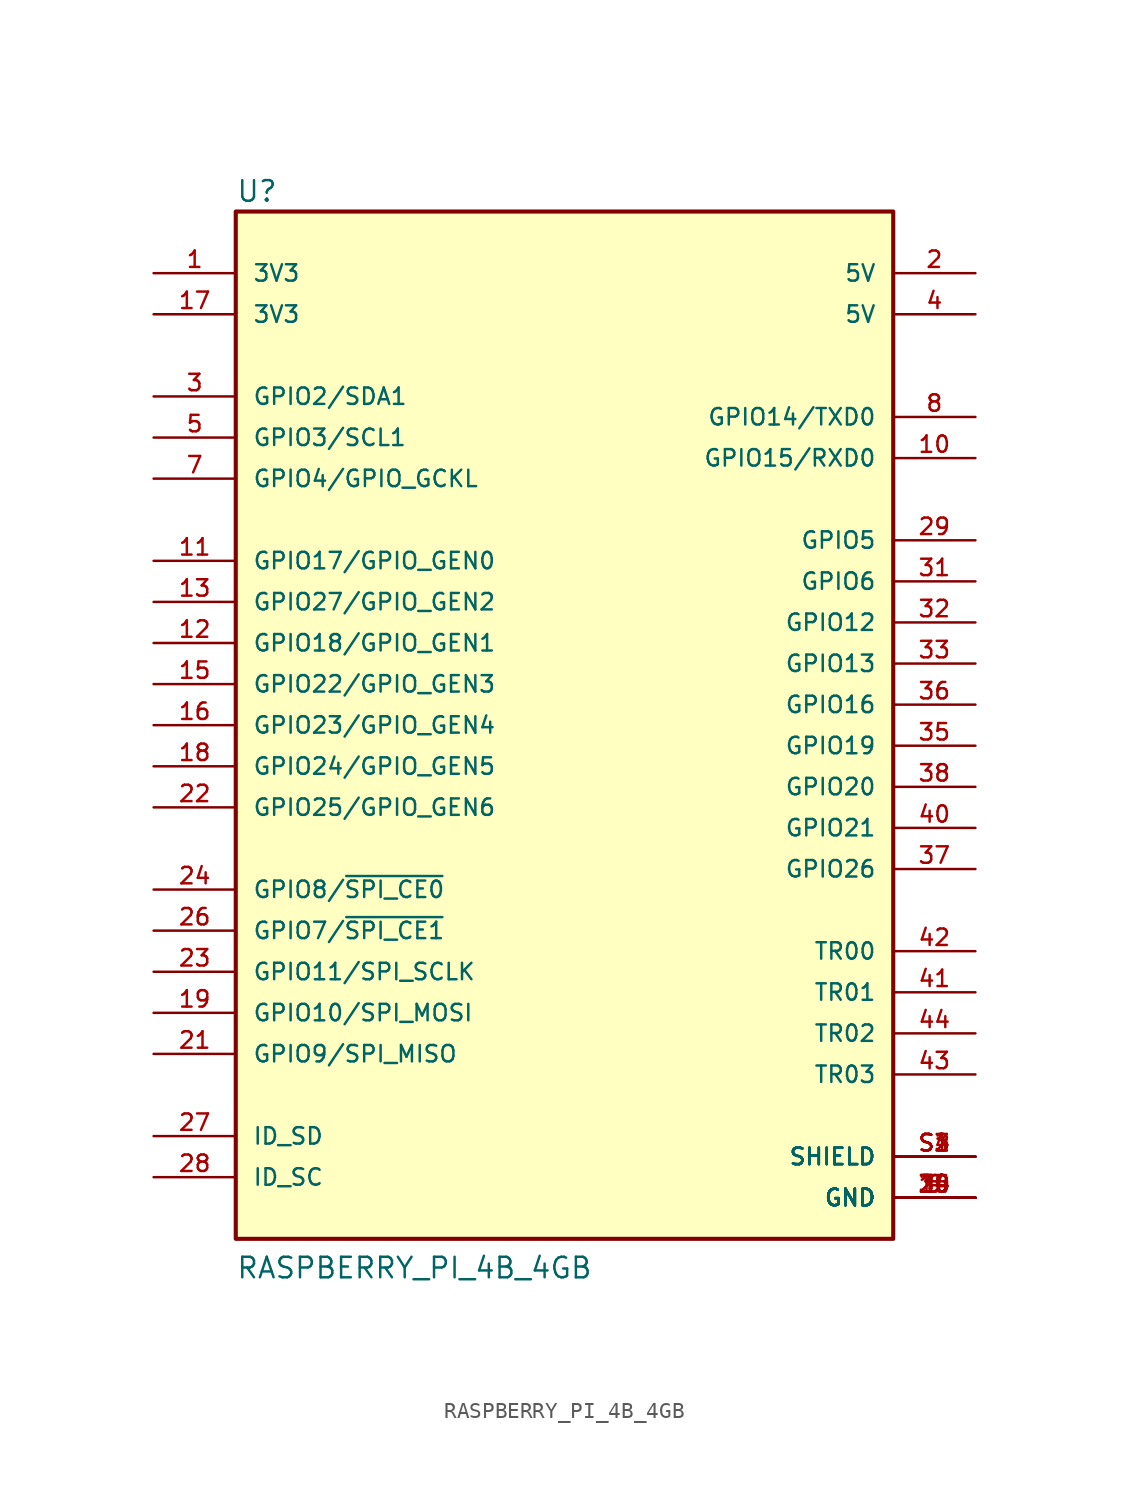
<source format=kicad_sym>
(kicad_symbol_lib
  (version 20231120)
  (generator "kicad_symbol_editor")
  (generator_version "8.0")
  (symbol "RASPBERRY_PI_4B_4GB"
    (pin_names
      (offset 1.016))
    (property "Reference" "U"
      (at -20.32 33.528 0)
      (effects (font (size 1.27 1.27)) (justify left bottom)))
    (property "Value" "RASPBERRY_PI_4B_4GB"
      (at -20.32 -33.02 0)
      (effects (font (size 1.27 1.27)) (justify left bottom)))
    (symbol "RASPBERRY_PI_4B_4GB_0_0"
      (rectangle (start -20.32 33.02) (end 20.32 -30.48) (stroke (width 0.254) (type default)) (fill (type background)))
      (pin power_in line (at -25.4 29.21 0) (length 5.08) (name "3V3" (effects (font (size 1.016 1.016)))) (number "1" (effects (font (size 1.016 1.016)))))
      (pin bidirectional line (at 25.4 17.78 180) (length 5.08) (name "GPIO15/RXD0" (effects (font (size 1.016 1.016)))) (number "10" (effects (font (size 1.016 1.016)))))
      (pin bidirectional line (at -25.4 11.43 0) (length 5.08) (name "GPIO17/GPIO_GEN0" (effects (font (size 1.016 1.016)))) (number "11" (effects (font (size 1.016 1.016)))))
      (pin bidirectional line (at -25.4 6.35 0) (length 5.08) (name "GPIO18/GPIO_GEN1" (effects (font (size 1.016 1.016)))) (number "12" (effects (font (size 1.016 1.016)))))
      (pin bidirectional line (at -25.4 8.89 0) (length 5.08) (name "GPIO27/GPIO_GEN2" (effects (font (size 1.016 1.016)))) (number "13" (effects (font (size 1.016 1.016)))))
      (pin power_in line (at 25.4 -27.94 180) (length 5.08) (name "GND" (effects (font (size 1.016 1.016)))) (number "14" (effects (font (size 1.016 1.016)))))
      (pin bidirectional line (at -25.4 3.81 0) (length 5.08) (name "GPIO22/GPIO_GEN3" (effects (font (size 1.016 1.016)))) (number "15" (effects (font (size 1.016 1.016)))))
      (pin bidirectional line (at -25.4 1.27 0) (length 5.08) (name "GPIO23/GPIO_GEN4" (effects (font (size 1.016 1.016)))) (number "16" (effects (font (size 1.016 1.016)))))
      (pin power_in line (at -25.4 26.67 0) (length 5.08) (name "3V3" (effects (font (size 1.016 1.016)))) (number "17" (effects (font (size 1.016 1.016)))))
      (pin bidirectional line (at -25.4 -1.27 0) (length 5.08) (name "GPIO24/GPIO_GEN5" (effects (font (size 1.016 1.016)))) (number "18" (effects (font (size 1.016 1.016)))))
      (pin bidirectional line (at -25.4 -16.51 0) (length 5.08) (name "GPIO10/SPI_MOSI" (effects (font (size 1.016 1.016)))) (number "19" (effects (font (size 1.016 1.016)))))
      (pin power_in line (at 25.4 29.21 180) (length 5.08) (name "5V" (effects (font (size 1.016 1.016)))) (number "2" (effects (font (size 1.016 1.016)))))
      (pin power_in line (at 25.4 -27.94 180) (length 5.08) (name "GND" (effects (font (size 1.016 1.016)))) (number "20" (effects (font (size 1.016 1.016)))))
      (pin bidirectional line (at -25.4 -19.05 0) (length 5.08) (name "GPIO9/SPI_MISO" (effects (font (size 1.016 1.016)))) (number "21" (effects (font (size 1.016 1.016)))))
      (pin bidirectional line (at -25.4 -3.81 0) (length 5.08) (name "GPIO25/GPIO_GEN6" (effects (font (size 1.016 1.016)))) (number "22" (effects (font (size 1.016 1.016)))))
      (pin bidirectional line (at -25.4 -13.97 0) (length 5.08) (name "GPIO11/SPI_SCLK" (effects (font (size 1.016 1.016)))) (number "23" (effects (font (size 1.016 1.016)))))
      (pin bidirectional line (at -25.4 -8.89 0) (length 5.08) (name "GPIO8/~{SPI_CE0}" (effects (font (size 1.016 1.016)))) (number "24" (effects (font (size 1.016 1.016)))))
      (pin power_in line (at 25.4 -27.94 180) (length 5.08) (name "GND" (effects (font (size 1.016 1.016)))) (number "25" (effects (font (size 1.016 1.016)))))
      (pin bidirectional line (at -25.4 -11.43 0) (length 5.08) (name "GPIO7/~{SPI_CE1}" (effects (font (size 1.016 1.016)))) (number "26" (effects (font (size 1.016 1.016)))))
      (pin bidirectional line (at -25.4 -24.13 0) (length 5.08) (name "ID_SD" (effects (font (size 1.016 1.016)))) (number "27" (effects (font (size 1.016 1.016)))))
      (pin bidirectional line (at -25.4 -26.67 0) (length 5.08) (name "ID_SC" (effects (font (size 1.016 1.016)))) (number "28" (effects (font (size 1.016 1.016)))))
      (pin bidirectional line (at 25.4 12.7 180) (length 5.08) (name "GPIO5" (effects (font (size 1.016 1.016)))) (number "29" (effects (font (size 1.016 1.016)))))
      (pin bidirectional line (at -25.4 21.59 0) (length 5.08) (name "GPIO2/SDA1" (effects (font (size 1.016 1.016)))) (number "3" (effects (font (size 1.016 1.016)))))
      (pin power_in line (at 25.4 -27.94 180) (length 5.08) (name "GND" (effects (font (size 1.016 1.016)))) (number "30" (effects (font (size 1.016 1.016)))))
      (pin bidirectional line (at 25.4 10.16 180) (length 5.08) (name "GPIO6" (effects (font (size 1.016 1.016)))) (number "31" (effects (font (size 1.016 1.016)))))
      (pin bidirectional line (at 25.4 7.62 180) (length 5.08) (name "GPIO12" (effects (font (size 1.016 1.016)))) (number "32" (effects (font (size 1.016 1.016)))))
      (pin bidirectional line (at 25.4 5.08 180) (length 5.08) (name "GPIO13" (effects (font (size 1.016 1.016)))) (number "33" (effects (font (size 1.016 1.016)))))
      (pin power_in line (at 25.4 -27.94 180) (length 5.08) (name "GND" (effects (font (size 1.016 1.016)))) (number "34" (effects (font (size 1.016 1.016)))))
      (pin bidirectional line (at 25.4 0 180) (length 5.08) (name "GPIO19" (effects (font (size 1.016 1.016)))) (number "35" (effects (font (size 1.016 1.016)))))
      (pin bidirectional line (at 25.4 2.54 180) (length 5.08) (name "GPIO16" (effects (font (size 1.016 1.016)))) (number "36" (effects (font (size 1.016 1.016)))))
      (pin bidirectional line (at 25.4 -7.62 180) (length 5.08) (name "GPIO26" (effects (font (size 1.016 1.016)))) (number "37" (effects (font (size 1.016 1.016)))))
      (pin bidirectional line (at 25.4 -2.54 180) (length 5.08) (name "GPIO20" (effects (font (size 1.016 1.016)))) (number "38" (effects (font (size 1.016 1.016)))))
      (pin power_in line (at 25.4 -27.94 180) (length 5.08) (name "GND" (effects (font (size 1.016 1.016)))) (number "39" (effects (font (size 1.016 1.016)))))
      (pin power_in line (at 25.4 26.67 180) (length 5.08) (name "5V" (effects (font (size 1.016 1.016)))) (number "4" (effects (font (size 1.016 1.016)))))
      (pin bidirectional line (at 25.4 -5.08 180) (length 5.08) (name "GPIO21" (effects (font (size 1.016 1.016)))) (number "40" (effects (font (size 1.016 1.016)))))
      (pin bidirectional line (at 25.4 -15.24 180) (length 5.08) (name "TR01" (effects (font (size 1.016 1.016)))) (number "41" (effects (font (size 1.016 1.016)))))
      (pin bidirectional line (at 25.4 -12.7 180) (length 5.08) (name "TR00" (effects (font (size 1.016 1.016)))) (number "42" (effects (font (size 1.016 1.016)))))
      (pin bidirectional line (at 25.4 -20.32 180) (length 5.08) (name "TR03" (effects (font (size 1.016 1.016)))) (number "43" (effects (font (size 1.016 1.016)))))
      (pin bidirectional line (at 25.4 -17.78 180) (length 5.08) (name "TR02" (effects (font (size 1.016 1.016)))) (number "44" (effects (font (size 1.016 1.016)))))
      (pin bidirectional line (at -25.4 19.05 0) (length 5.08) (name "GPIO3/SCL1" (effects (font (size 1.016 1.016)))) (number "5" (effects (font (size 1.016 1.016)))))
      (pin power_in line (at 25.4 -27.94 180) (length 5.08) (name "GND" (effects (font (size 1.016 1.016)))) (number "6" (effects (font (size 1.016 1.016)))))
      (pin bidirectional line (at -25.4 16.51 0) (length 5.08) (name "GPIO4/GPIO_GCKL" (effects (font (size 1.016 1.016)))) (number "7" (effects (font (size 1.016 1.016)))))
      (pin bidirectional line (at 25.4 20.32 180) (length 5.08) (name "GPIO14/TXD0" (effects (font (size 1.016 1.016)))) (number "8" (effects (font (size 1.016 1.016)))))
      (pin power_in line (at 25.4 -27.94 180) (length 5.08) (name "GND" (effects (font (size 1.016 1.016)))) (number "9" (effects (font (size 1.016 1.016)))))
      (pin power_in line (at 25.4 -25.4 180) (length 5.08) (name "SHIELD" (effects (font (size 1.016 1.016)))) (number "S1" (effects (font (size 1.016 1.016)))))
      (pin power_in line (at 25.4 -25.4 180) (length 5.08) (name "SHIELD" (effects (font (size 1.016 1.016)))) (number "S2" (effects (font (size 1.016 1.016)))))
      (pin power_in line (at 25.4 -25.4 180) (length 5.08) (name "SHIELD" (effects (font (size 1.016 1.016)))) (number "S3" (effects (font (size 1.016 1.016)))))
      (pin power_in line (at 25.4 -25.4 180) (length 5.08) (name "SHIELD" (effects (font (size 1.016 1.016)))) (number "S4" (effects (font (size 1.016 1.016))))))))
</source>
